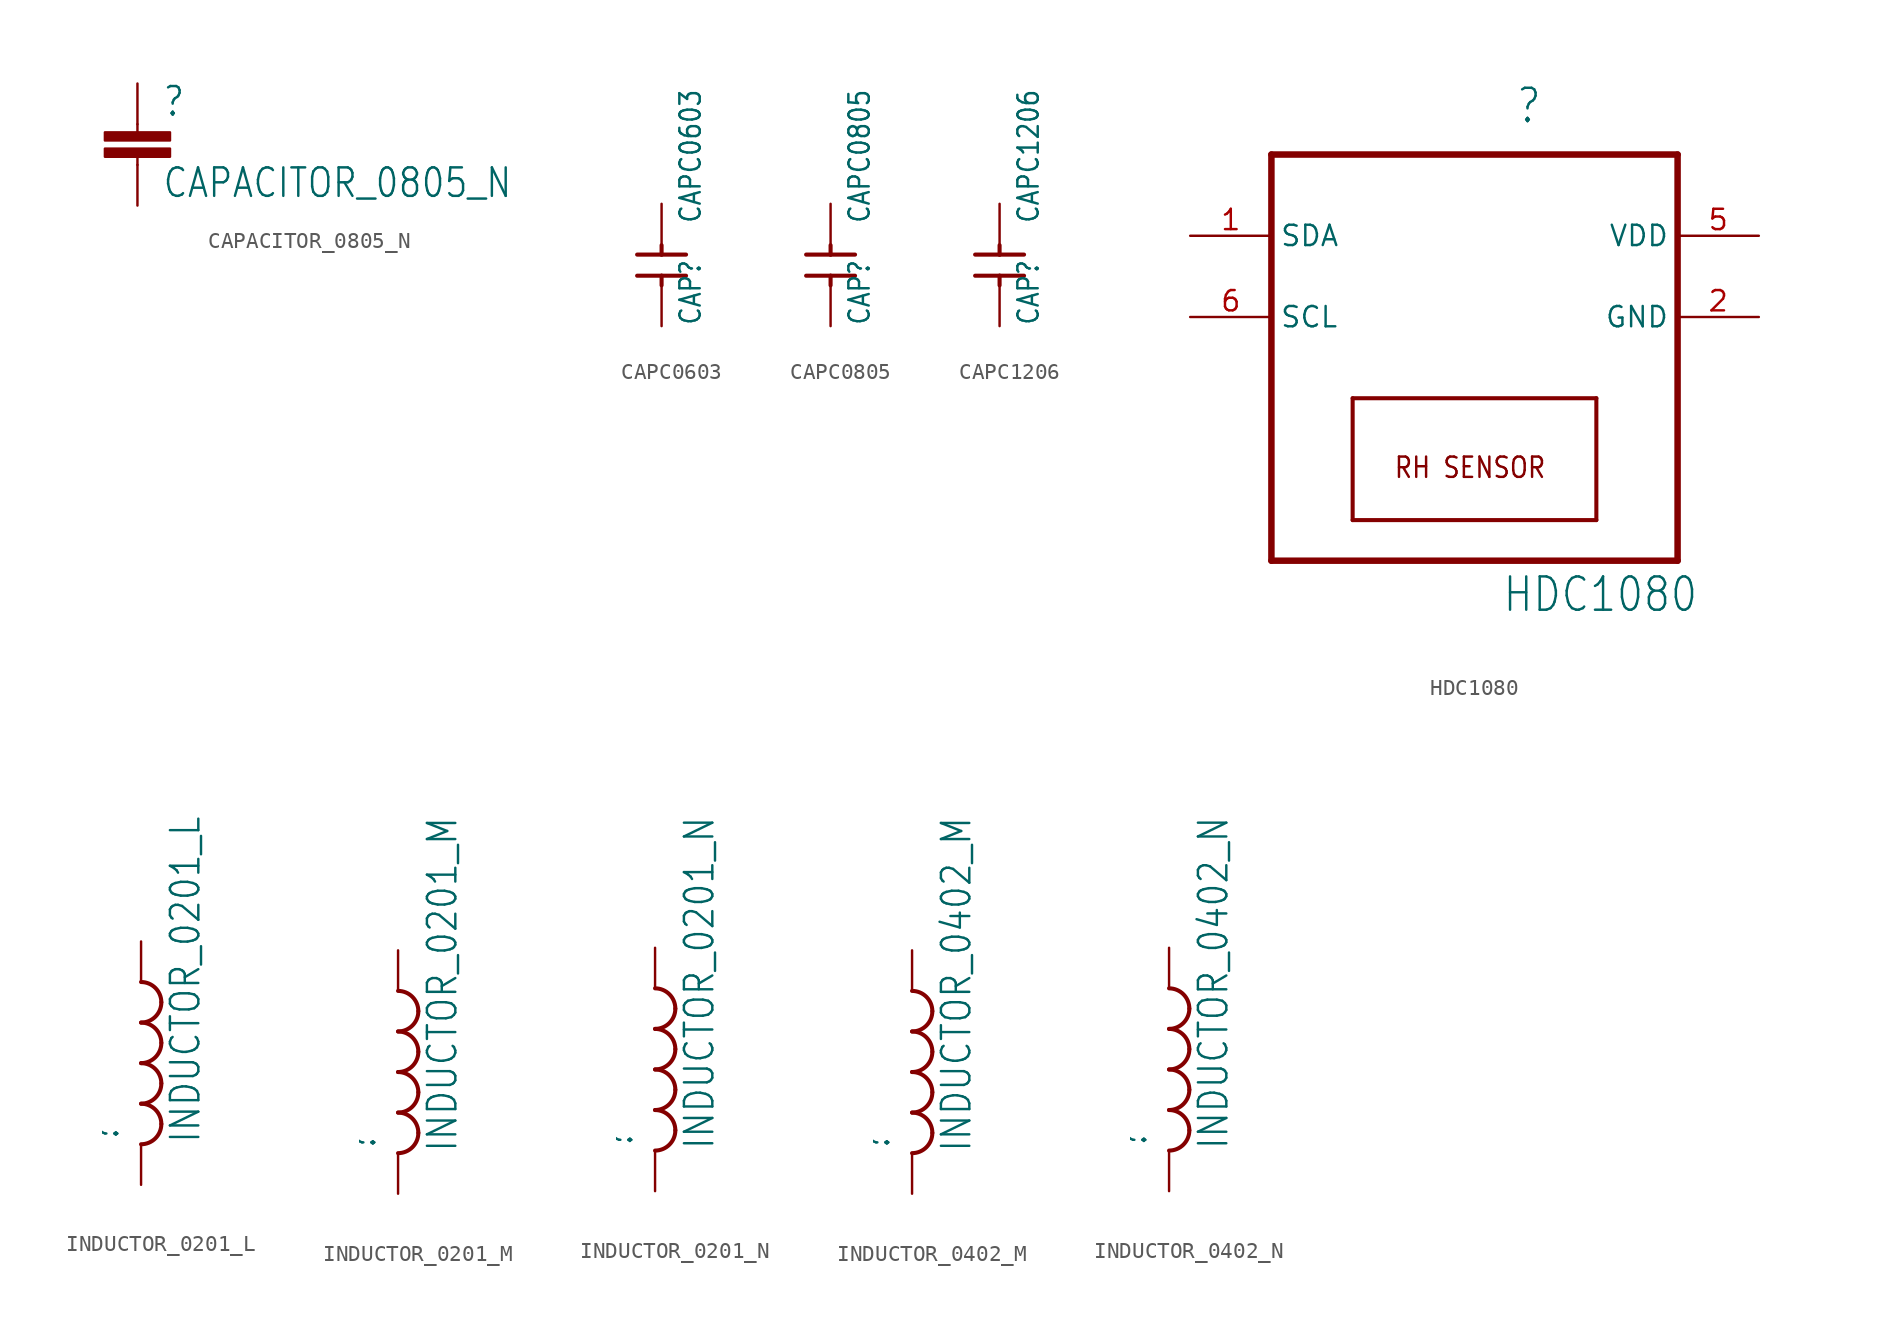
<source format=kicad_sym>
(kicad_symbol_lib
  (version 20211014)
  (generator kicad_symbol_editor)
  (symbol "CAPACITOR_0805_N"
    (property "Reference" ""
      (at 1.524 0.381 0)
      (effects (font (size 1.778 1.511)) (justify left bottom)))
    (property "Value" "CAPACITOR_0805_N"
      (at 1.524 -4.699 0)
      (effects (font (size 1.778 1.511)) (justify left bottom)))
    (property "ki_locked" ""
      (at 0 0 0)
      (effects (font (size 1.27 1.27))))
    (symbol "CAPACITOR_0805_N_1_0"
      (rectangle (start -2.032 -2.032) (end 2.032 -1.524) (stroke (width 0) (type default) (color 0 0 0 0)) (fill (type outline)))
      (rectangle (start -2.032 -1.016) (end 2.032 -0.508) (stroke (width 0) (type default) (color 0 0 0 0)) (fill (type outline)))
      (polyline (pts (xy 0 -2.54) (xy 0 -2.032)) (stroke (width 0.152) (type default) (color 0 0 0 0)) (fill (type none)))
      (polyline (pts (xy 0 0) (xy 0 -0.508)) (stroke (width 0.152) (type default) (color 0 0 0 0)) (fill (type none)))
      (pin passive line (at 0 2.54 270) (length 2.54) (name "1" (effects (font (size 0 0)))) (number "1" (effects (font (size 0 0)))))
      (pin passive line (at 0 -5.08 90) (length 2.54) (name "2" (effects (font (size 0 0)))) (number "2" (effects (font (size 0 0)))))))
  (symbol "CAPC0603"
    (property "Reference" "CAP"
      (at 2.54 -2.54 90)
      (effects (font (size 1.27 1.079)) (justify left bottom)))
    (property "Value" "CAPC0603"
      (at 2.54 3.81 90)
      (effects (font (size 1.27 1.079)) (justify left bottom)))
    (property "ki_locked" ""
      (at 0 0 0)
      (effects (font (size 1.27 1.27))))
    (symbol "CAPC0603_1_0"
      (polyline (pts (xy -1.524 0.6) (xy 0 0.6)) (stroke (width 0.254) (type default) (color 0 0 0 0)) (fill (type none)))
      (polyline (pts (xy -1.524 1.916) (xy 1.524 1.916)) (stroke (width 0.254) (type default) (color 0 0 0 0)) (fill (type none)))
      (polyline (pts (xy 0 0) (xy 0 0.6)) (stroke (width 0.254) (type default) (color 0 0 0 0)) (fill (type none)))
      (polyline (pts (xy 0 0.6) (xy 1.524 0.6)) (stroke (width 0.254) (type default) (color 0 0 0 0)) (fill (type none)))
      (polyline (pts (xy 0 2.5) (xy 0 1.9)) (stroke (width 0.254) (type default) (color 0 0 0 0)) (fill (type none)))
      (pin bidirectional line (at 0 5.08 270) (length 2.54) (name "1" (effects (font (size 0 0)))) (number "1" (effects (font (size 0 0)))))
      (pin bidirectional line (at 0 -2.54 90) (length 2.54) (name "2" (effects (font (size 0 0)))) (number "2" (effects (font (size 0 0)))))))
  (symbol "CAPC0805"
    (property "Reference" "CAP"
      (at 2.54 -2.54 90)
      (effects (font (size 1.27 1.079)) (justify left bottom)))
    (property "Value" "CAPC0805"
      (at 2.54 3.81 90)
      (effects (font (size 1.27 1.079)) (justify left bottom)))
    (property "ki_locked" ""
      (at 0 0 0)
      (effects (font (size 1.27 1.27))))
    (symbol "CAPC0805_1_0"
      (polyline (pts (xy -1.524 0.6) (xy 0 0.6)) (stroke (width 0.254) (type default) (color 0 0 0 0)) (fill (type none)))
      (polyline (pts (xy -1.524 1.916) (xy 1.524 1.916)) (stroke (width 0.254) (type default) (color 0 0 0 0)) (fill (type none)))
      (polyline (pts (xy 0 0) (xy 0 0.6)) (stroke (width 0.254) (type default) (color 0 0 0 0)) (fill (type none)))
      (polyline (pts (xy 0 0.6) (xy 1.524 0.6)) (stroke (width 0.254) (type default) (color 0 0 0 0)) (fill (type none)))
      (polyline (pts (xy 0 2.5) (xy 0 1.9)) (stroke (width 0.254) (type default) (color 0 0 0 0)) (fill (type none)))
      (pin bidirectional line (at 0 5.08 270) (length 2.54) (name "1" (effects (font (size 0 0)))) (number "1" (effects (font (size 0 0)))))
      (pin bidirectional line (at 0 -2.54 90) (length 2.54) (name "2" (effects (font (size 0 0)))) (number "2" (effects (font (size 0 0)))))))
  (symbol "CAPC1206"
    (property "Reference" "CAP"
      (at 2.54 -2.54 90)
      (effects (font (size 1.27 1.079)) (justify left bottom)))
    (property "Value" "CAPC1206"
      (at 2.54 3.81 90)
      (effects (font (size 1.27 1.079)) (justify left bottom)))
    (property "ki_locked" ""
      (at 0 0 0)
      (effects (font (size 1.27 1.27))))
    (symbol "CAPC1206_1_0"
      (polyline (pts (xy -1.524 0.6) (xy 0 0.6)) (stroke (width 0.254) (type default) (color 0 0 0 0)) (fill (type none)))
      (polyline (pts (xy -1.524 1.916) (xy 1.524 1.916)) (stroke (width 0.254) (type default) (color 0 0 0 0)) (fill (type none)))
      (polyline (pts (xy 0 0) (xy 0 0.6)) (stroke (width 0.254) (type default) (color 0 0 0 0)) (fill (type none)))
      (polyline (pts (xy 0 0.6) (xy 1.524 0.6)) (stroke (width 0.254) (type default) (color 0 0 0 0)) (fill (type none)))
      (polyline (pts (xy 0 2.5) (xy 0 1.9)) (stroke (width 0.254) (type default) (color 0 0 0 0)) (fill (type none)))
      (pin bidirectional line (at 0 5.08 270) (length 2.54) (name "1" (effects (font (size 0 0)))) (number "1" (effects (font (size 0 0)))))
      (pin bidirectional line (at 0 -2.54 90) (length 2.54) (name "2" (effects (font (size 0 0)))) (number "2" (effects (font (size 0 0)))))))
  (symbol "HDC1080"
    (property "Reference" ""
      (at 2.54 17.069 0)
      (effects (font (size 2.083 1.77)) (justify left bottom)))
    (property "Value" "HDC1080"
      (at 1.702 -13.487 0)
      (effects (font (size 2.083 1.77)) (justify left bottom)))
    (property "ki_locked" ""
      (at 0 0 0)
      (effects (font (size 1.27 1.27))))
    (symbol "HDC1080_1_0"
      (polyline (pts (xy -12.7 -10.16) (xy 12.7 -10.16)) (stroke (width 0.406) (type default) (color 0 0 0 0)) (fill (type none)))
      (polyline (pts (xy -12.7 15.24) (xy -12.7 -10.16)) (stroke (width 0.406) (type default) (color 0 0 0 0)) (fill (type none)))
      (polyline (pts (xy -7.62 -7.62) (xy -7.62 0)) (stroke (width 0.254) (type default) (color 0 0 0 0)) (fill (type none)))
      (polyline (pts (xy -7.62 0) (xy 7.62 0)) (stroke (width 0.254) (type default) (color 0 0 0 0)) (fill (type none)))
      (polyline (pts (xy 7.62 -7.62) (xy -7.62 -7.62)) (stroke (width 0.254) (type default) (color 0 0 0 0)) (fill (type none)))
      (polyline (pts (xy 7.62 0) (xy 7.62 -7.62)) (stroke (width 0.254) (type default) (color 0 0 0 0)) (fill (type none)))
      (polyline (pts (xy 12.7 -10.16) (xy 12.7 15.24)) (stroke (width 0.406) (type default) (color 0 0 0 0)) (fill (type none)))
      (polyline (pts (xy 12.7 15.24) (xy -12.7 15.24)) (stroke (width 0.406) (type default) (color 0 0 0 0)) (fill (type none)))
      (text "RH SENSOR" (at -5.08 -5.08 0) (effects (font (size 1.27 1.079)) (justify left bottom)))
      (pin power_in line (at -17.78 10.16 0) (length 5.08) (name "SDA" (effects (font (size 1.27 1.27)))) (number "1" (effects (font (size 1.27 1.27)))))
      (pin passive line (at 17.78 5.08 180) (length 5.08) (name "GND" (effects (font (size 1.27 1.27)))) (number "2" (effects (font (size 1.27 1.27)))))
      (pin output line (at 17.78 10.16 180) (length 5.08) (name "VDD" (effects (font (size 1.27 1.27)))) (number "5" (effects (font (size 1.27 1.27)))))
      (pin passive line (at -17.78 5.08 0) (length 5.08) (name "SCL" (effects (font (size 1.27 1.27)))) (number "6" (effects (font (size 1.27 1.27)))))))
  (symbol "INDUCTOR_0201_L"
    (property "Reference" ""
      (at -1.27 -5.08 90)
      (effects (font (size 1.778 1.511)) (justify left bottom)))
    (property "Value" "INDUCTOR_0201_L"
      (at 3.81 -5.08 90)
      (effects (font (size 1.778 1.511)) (justify left bottom)))
    (property "ki_locked" ""
      (at 0 0 0)
      (effects (font (size 1.27 1.27))))
    (symbol "INDUCTOR_0201_L_1_0"
      (arc (start 0 -5.08) (mid 0.898 -4.708) (end 1.27 -3.81) (stroke (width 0.254) (type default) (color 0 0 0 0)) (fill (type none)))
      (arc (start 0 -2.54) (mid 0.898 -2.168) (end 1.27 -1.27) (stroke (width 0.254) (type default) (color 0 0 0 0)) (fill (type none)))
      (arc (start 0 0) (mid 0.898 0.372) (end 1.27 1.27) (stroke (width 0.254) (type default) (color 0 0 0 0)) (fill (type none)))
      (arc (start 0 2.54) (mid 0.898 2.912) (end 1.27 3.81) (stroke (width 0.254) (type default) (color 0 0 0 0)) (fill (type none)))
      (arc (start 1.27 -3.81) (mid 0.898 -2.912) (end 0 -2.54) (stroke (width 0.254) (type default) (color 0 0 0 0)) (fill (type none)))
      (arc (start 1.27 -1.27) (mid 0.898 -0.372) (end 0 0) (stroke (width 0.254) (type default) (color 0 0 0 0)) (fill (type none)))
      (arc (start 1.27 1.27) (mid 0.898 2.168) (end 0 2.54) (stroke (width 0.254) (type default) (color 0 0 0 0)) (fill (type none)))
      (arc (start 1.27 3.81) (mid 0.898 4.708) (end 0 5.08) (stroke (width 0.254) (type default) (color 0 0 0 0)) (fill (type none)))
      (pin passive line (at 0 7.62 270) (length 2.54) (name "1" (effects (font (size 0 0)))) (number "1" (effects (font (size 0 0)))))
      (pin passive line (at 0 -7.62 90) (length 2.54) (name "2" (effects (font (size 0 0)))) (number "2" (effects (font (size 0 0)))))))
  (symbol "INDUCTOR_0201_M"
    (property "Reference" ""
      (at -1.27 -5.08 90)
      (effects (font (size 1.778 1.511)) (justify left bottom)))
    (property "Value" "INDUCTOR_0201_M"
      (at 3.81 -5.08 90)
      (effects (font (size 1.778 1.511)) (justify left bottom)))
    (property "ki_locked" ""
      (at 0 0 0)
      (effects (font (size 1.27 1.27))))
    (symbol "INDUCTOR_0201_M_1_0"
      (arc (start 0 -5.08) (mid 0.898 -4.708) (end 1.27 -3.81) (stroke (width 0.254) (type default) (color 0 0 0 0)) (fill (type none)))
      (arc (start 0 -2.54) (mid 0.898 -2.168) (end 1.27 -1.27) (stroke (width 0.254) (type default) (color 0 0 0 0)) (fill (type none)))
      (arc (start 0 0) (mid 0.898 0.372) (end 1.27 1.27) (stroke (width 0.254) (type default) (color 0 0 0 0)) (fill (type none)))
      (arc (start 0 2.54) (mid 0.898 2.912) (end 1.27 3.81) (stroke (width 0.254) (type default) (color 0 0 0 0)) (fill (type none)))
      (arc (start 1.27 -3.81) (mid 0.898 -2.912) (end 0 -2.54) (stroke (width 0.254) (type default) (color 0 0 0 0)) (fill (type none)))
      (arc (start 1.27 -1.27) (mid 0.898 -0.372) (end 0 0) (stroke (width 0.254) (type default) (color 0 0 0 0)) (fill (type none)))
      (arc (start 1.27 1.27) (mid 0.898 2.168) (end 0 2.54) (stroke (width 0.254) (type default) (color 0 0 0 0)) (fill (type none)))
      (arc (start 1.27 3.81) (mid 0.898 4.708) (end 0 5.08) (stroke (width 0.254) (type default) (color 0 0 0 0)) (fill (type none)))
      (pin passive line (at 0 7.62 270) (length 2.54) (name "1" (effects (font (size 0 0)))) (number "1" (effects (font (size 0 0)))))
      (pin passive line (at 0 -7.62 90) (length 2.54) (name "2" (effects (font (size 0 0)))) (number "2" (effects (font (size 0 0)))))))
  (symbol "INDUCTOR_0201_N"
    (property "Reference" ""
      (at -1.27 -5.08 90)
      (effects (font (size 1.778 1.511)) (justify left bottom)))
    (property "Value" "INDUCTOR_0201_N"
      (at 3.81 -5.08 90)
      (effects (font (size 1.778 1.511)) (justify left bottom)))
    (property "ki_locked" ""
      (at 0 0 0)
      (effects (font (size 1.27 1.27))))
    (symbol "INDUCTOR_0201_N_1_0"
      (arc (start 0 -5.08) (mid 0.898 -4.708) (end 1.27 -3.81) (stroke (width 0.254) (type default) (color 0 0 0 0)) (fill (type none)))
      (arc (start 0 -2.54) (mid 0.898 -2.168) (end 1.27 -1.27) (stroke (width 0.254) (type default) (color 0 0 0 0)) (fill (type none)))
      (arc (start 0 0) (mid 0.898 0.372) (end 1.27 1.27) (stroke (width 0.254) (type default) (color 0 0 0 0)) (fill (type none)))
      (arc (start 0 2.54) (mid 0.898 2.912) (end 1.27 3.81) (stroke (width 0.254) (type default) (color 0 0 0 0)) (fill (type none)))
      (arc (start 1.27 -3.81) (mid 0.898 -2.912) (end 0 -2.54) (stroke (width 0.254) (type default) (color 0 0 0 0)) (fill (type none)))
      (arc (start 1.27 -1.27) (mid 0.898 -0.372) (end 0 0) (stroke (width 0.254) (type default) (color 0 0 0 0)) (fill (type none)))
      (arc (start 1.27 1.27) (mid 0.898 2.168) (end 0 2.54) (stroke (width 0.254) (type default) (color 0 0 0 0)) (fill (type none)))
      (arc (start 1.27 3.81) (mid 0.898 4.708) (end 0 5.08) (stroke (width 0.254) (type default) (color 0 0 0 0)) (fill (type none)))
      (pin passive line (at 0 7.62 270) (length 2.54) (name "1" (effects (font (size 0 0)))) (number "1" (effects (font (size 0 0)))))
      (pin passive line (at 0 -7.62 90) (length 2.54) (name "2" (effects (font (size 0 0)))) (number "2" (effects (font (size 0 0)))))))
  (symbol "INDUCTOR_0402_M"
    (property "Reference" ""
      (at -1.27 -5.08 90)
      (effects (font (size 1.778 1.511)) (justify left bottom)))
    (property "Value" "INDUCTOR_0402_M"
      (at 3.81 -5.08 90)
      (effects (font (size 1.778 1.511)) (justify left bottom)))
    (property "ki_locked" ""
      (at 0 0 0)
      (effects (font (size 1.27 1.27))))
    (symbol "INDUCTOR_0402_M_1_0"
      (arc (start 0 -5.08) (mid 0.898 -4.708) (end 1.27 -3.81) (stroke (width 0.254) (type default) (color 0 0 0 0)) (fill (type none)))
      (arc (start 0 -2.54) (mid 0.898 -2.168) (end 1.27 -1.27) (stroke (width 0.254) (type default) (color 0 0 0 0)) (fill (type none)))
      (arc (start 0 0) (mid 0.898 0.372) (end 1.27 1.27) (stroke (width 0.254) (type default) (color 0 0 0 0)) (fill (type none)))
      (arc (start 0 2.54) (mid 0.898 2.912) (end 1.27 3.81) (stroke (width 0.254) (type default) (color 0 0 0 0)) (fill (type none)))
      (arc (start 1.27 -3.81) (mid 0.898 -2.912) (end 0 -2.54) (stroke (width 0.254) (type default) (color 0 0 0 0)) (fill (type none)))
      (arc (start 1.27 -1.27) (mid 0.898 -0.372) (end 0 0) (stroke (width 0.254) (type default) (color 0 0 0 0)) (fill (type none)))
      (arc (start 1.27 1.27) (mid 0.898 2.168) (end 0 2.54) (stroke (width 0.254) (type default) (color 0 0 0 0)) (fill (type none)))
      (arc (start 1.27 3.81) (mid 0.898 4.708) (end 0 5.08) (stroke (width 0.254) (type default) (color 0 0 0 0)) (fill (type none)))
      (pin passive line (at 0 7.62 270) (length 2.54) (name "1" (effects (font (size 0 0)))) (number "1" (effects (font (size 0 0)))))
      (pin passive line (at 0 -7.62 90) (length 2.54) (name "2" (effects (font (size 0 0)))) (number "2" (effects (font (size 0 0)))))))
  (symbol "INDUCTOR_0402_N"
    (property "Reference" ""
      (at -1.27 -5.08 90)
      (effects (font (size 1.778 1.511)) (justify left bottom)))
    (property "Value" "INDUCTOR_0402_N"
      (at 3.81 -5.08 90)
      (effects (font (size 1.778 1.511)) (justify left bottom)))
    (property "ki_locked" ""
      (at 0 0 0)
      (effects (font (size 1.27 1.27))))
    (symbol "INDUCTOR_0402_N_1_0"
      (arc (start 0 -5.08) (mid 0.898 -4.708) (end 1.27 -3.81) (stroke (width 0.254) (type default) (color 0 0 0 0)) (fill (type none)))
      (arc (start 0 -2.54) (mid 0.898 -2.168) (end 1.27 -1.27) (stroke (width 0.254) (type default) (color 0 0 0 0)) (fill (type none)))
      (arc (start 0 0) (mid 0.898 0.372) (end 1.27 1.27) (stroke (width 0.254) (type default) (color 0 0 0 0)) (fill (type none)))
      (arc (start 0 2.54) (mid 0.898 2.912) (end 1.27 3.81) (stroke (width 0.254) (type default) (color 0 0 0 0)) (fill (type none)))
      (arc (start 1.27 -3.81) (mid 0.898 -2.912) (end 0 -2.54) (stroke (width 0.254) (type default) (color 0 0 0 0)) (fill (type none)))
      (arc (start 1.27 -1.27) (mid 0.898 -0.372) (end 0 0) (stroke (width 0.254) (type default) (color 0 0 0 0)) (fill (type none)))
      (arc (start 1.27 1.27) (mid 0.898 2.168) (end 0 2.54) (stroke (width 0.254) (type default) (color 0 0 0 0)) (fill (type none)))
      (arc (start 1.27 3.81) (mid 0.898 4.708) (end 0 5.08) (stroke (width 0.254) (type default) (color 0 0 0 0)) (fill (type none)))
      (pin passive line (at 0 7.62 270) (length 2.54) (name "1" (effects (font (size 0 0)))) (number "1" (effects (font (size 0 0)))))
      (pin passive line (at 0 -7.62 90) (length 2.54) (name "2" (effects (font (size 0 0)))) (number "2" (effects (font (size 0 0))))))))
</source>
